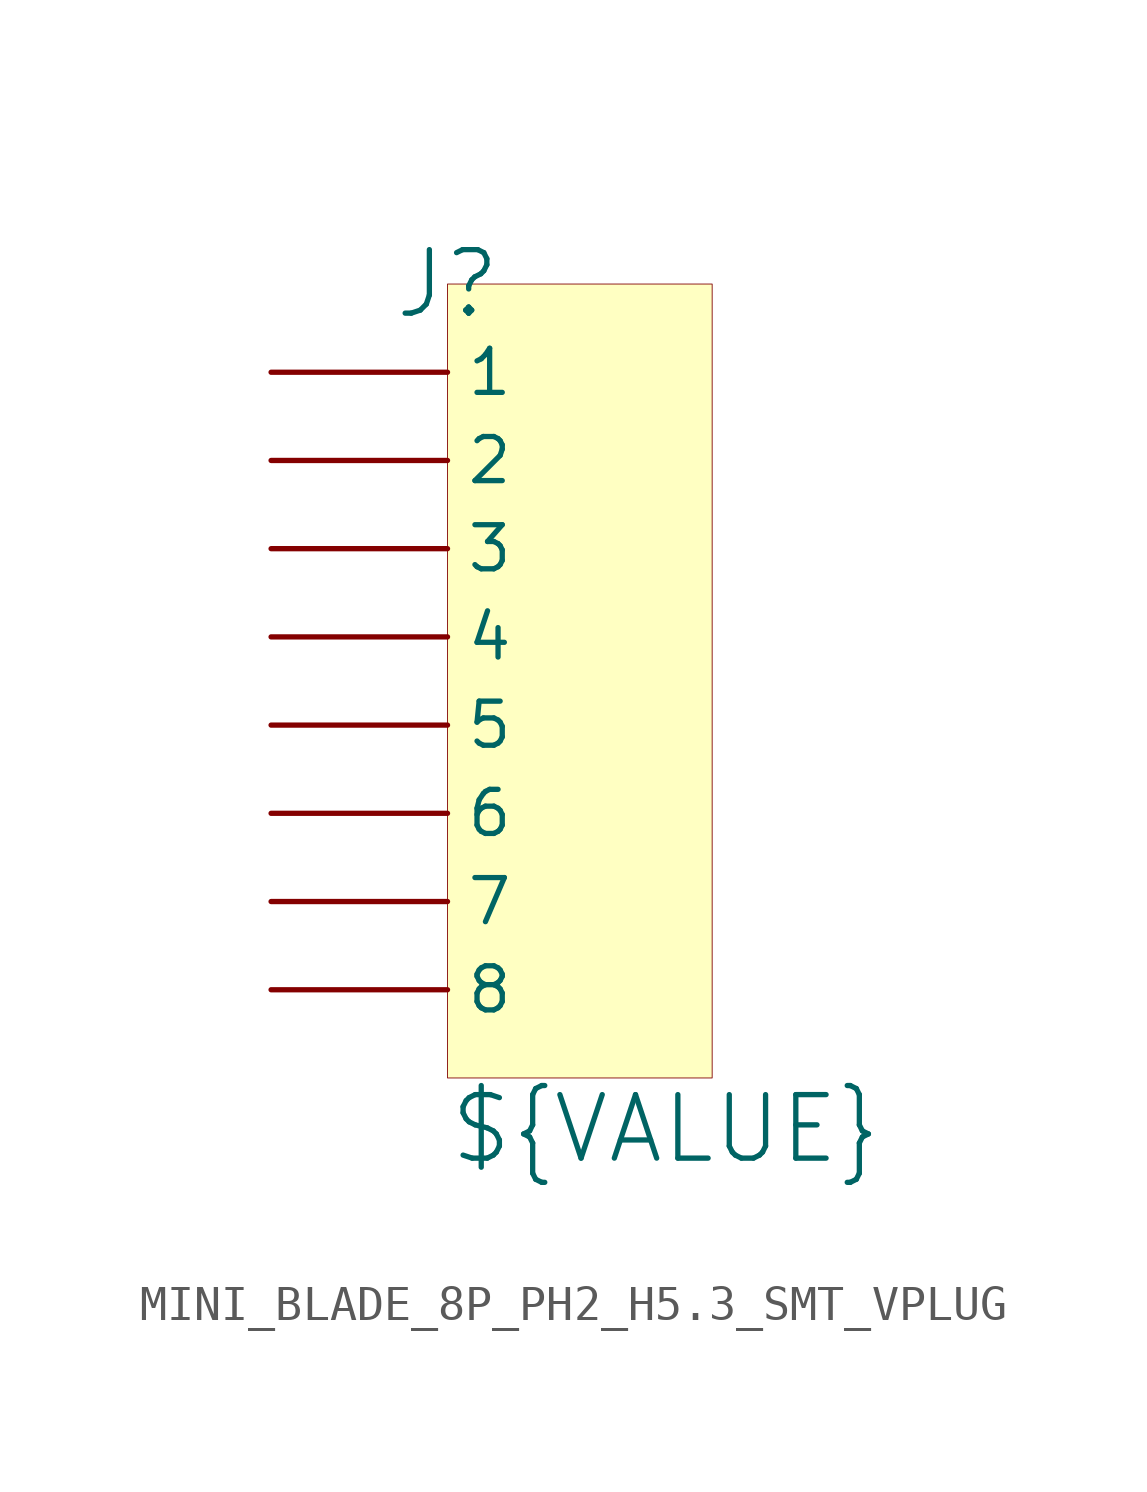
<source format=kicad_sym>
(kicad_symbol_lib
  (version 20241209)
  (generator "kicad_symbol_editor")
  (generator_version "9.0")
  (symbol "MINI_BLADE_8P_PH2_H5.3_SMT_VPLUG"
    (pin_numbers
      (hide yes))
    (property "Reference" "J"
      (at 0 0 0)
      (effects (font (size 1.829 1.829))))
    (property "Value" "${VALUE}"
      (at 0 -25.4 0)
      (effects (font (size 1.829 1.829)) (justify left bottom)))
    (symbol "MINI_BLADE_8P_PH2_H5.3_SMT_VPLUG_1_0"
      (rectangle (start 7.62 0) (end 0 -22.86) (stroke (width 0.025) (type solid) (color 128 0 0 1)) (fill (type background)))
      (pin passive line (at -5.08 -2.54 0) (length 5.08) (name "1" (effects (font (size 1.27 1.27)))) (number "1" (effects (font (size 1.27 1.27)))))
      (pin passive line (at -5.08 -5.08 0) (length 5.08) (name "2" (effects (font (size 1.27 1.27)))) (number "2" (effects (font (size 1.27 1.27)))))
      (pin passive line (at -5.08 -7.62 0) (length 5.08) (name "3" (effects (font (size 1.27 1.27)))) (number "3" (effects (font (size 1.27 1.27)))))
      (pin passive line (at -5.08 -10.16 0) (length 5.08) (name "4" (effects (font (size 1.27 1.27)))) (number "4" (effects (font (size 1.27 1.27)))))
      (pin passive line (at -5.08 -12.7 0) (length 5.08) (name "5" (effects (font (size 1.27 1.27)))) (number "5" (effects (font (size 1.27 1.27)))))
      (pin passive line (at -5.08 -15.24 0) (length 5.08) (name "6" (effects (font (size 1.27 1.27)))) (number "6" (effects (font (size 1.27 1.27)))))
      (pin passive line (at -5.08 -17.78 0) (length 5.08) (name "7" (effects (font (size 1.27 1.27)))) (number "7" (effects (font (size 1.27 1.27)))))
      (pin passive line (at -5.08 -20.32 0) (length 5.08) (name "8" (effects (font (size 1.27 1.27)))) (number "8" (effects (font (size 1.27 1.27))))))))
</source>
